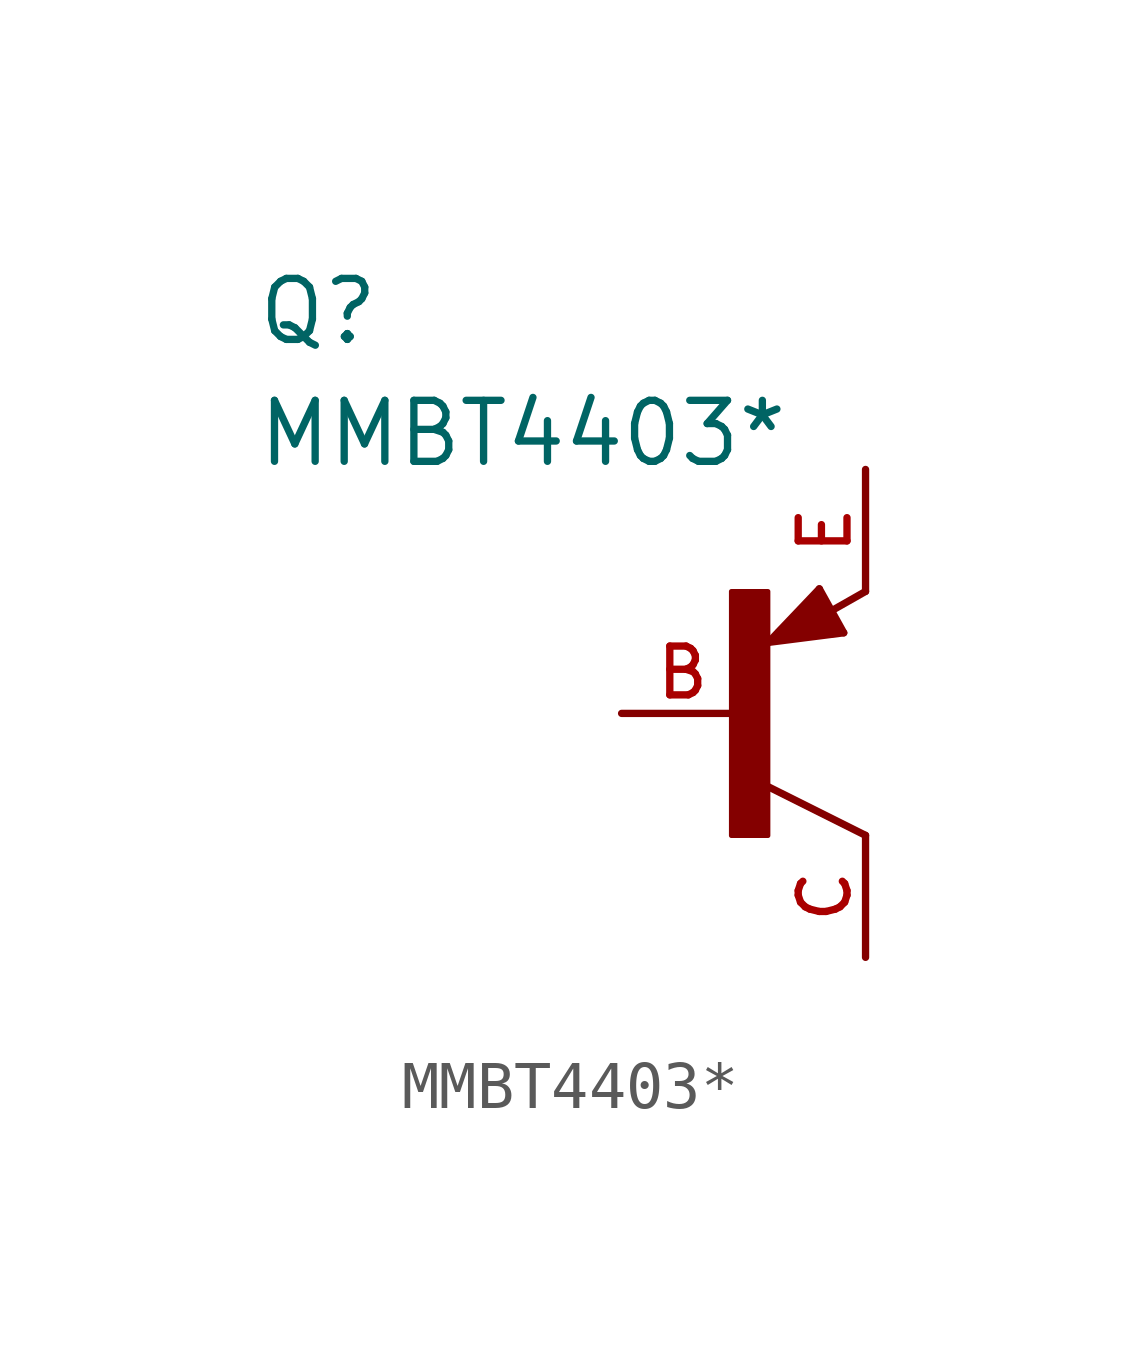
<source format=kicad_sym>
(kicad_symbol_lib
  (version 20211014)
  (generator kicad_symbol_editor)
  (symbol "MMBT4403*"
    (pin_names
      (offset 1.016))
    (property "Reference" "Q"
      (at -10.167 7.625 0)
      (effects (font (size 1.27 1.27)) (justify bottom left)))
    (property "Value" "MMBT4403*"
      (at -10.171 5.086 0)
      (effects (font (size 1.27 1.27)) (justify bottom left)))
    (symbol "MMBT4403*_0_0"
      (polyline (pts (xy 2.086 1.678) (xy 1.578 2.594)) (stroke (width 0.152)))
      (polyline (pts (xy 1.578 2.594) (xy 0.516 1.478)) (stroke (width 0.152)))
      (polyline (pts (xy 0.516 1.478) (xy 2.086 1.678)) (stroke (width 0.152)))
      (polyline (pts (xy 2.54 2.54) (xy 1.808 2.124)) (stroke (width 0.152)))
      (polyline (pts (xy 2.54 -2.54) (xy 0.508 -1.524)) (stroke (width 0.152)))
      (polyline (pts (xy 1.905 1.778) (xy 1.524 2.413)) (stroke (width 0.254)))
      (polyline (pts (xy 1.524 2.413) (xy 0.762 1.651)) (stroke (width 0.254)))
      (polyline (pts (xy 0.762 1.651) (xy 1.778 1.778)) (stroke (width 0.254)))
      (polyline (pts (xy 1.778 1.778) (xy 1.524 2.159)) (stroke (width 0.254)))
      (polyline (pts (xy 1.524 2.159) (xy 1.143 1.905)) (stroke (width 0.254)))
      (polyline (pts (xy 1.143 1.905) (xy 1.524 1.905)) (stroke (width 0.254)))
      (rectangle (start -0.255 -2.545) (end 0.508 2.54) (stroke (width 0.1)) (fill (type outline)))
      (pin passive line (at -2.54 0.0 0) (length 2.54) (name "~" (effects (font (size 1.016 1.016)))) (number "B" (effects (font (size 1.016 1.016)))))
      (pin passive line (at 2.54 5.08 270.0) (length 2.54) (name "~" (effects (font (size 1.016 1.016)))) (number "E" (effects (font (size 1.016 1.016)))))
      (pin passive line (at 2.54 -5.08 90.0) (length 2.54) (name "~" (effects (font (size 1.016 1.016)))) (number "C" (effects (font (size 1.016 1.016))))))))
</source>
